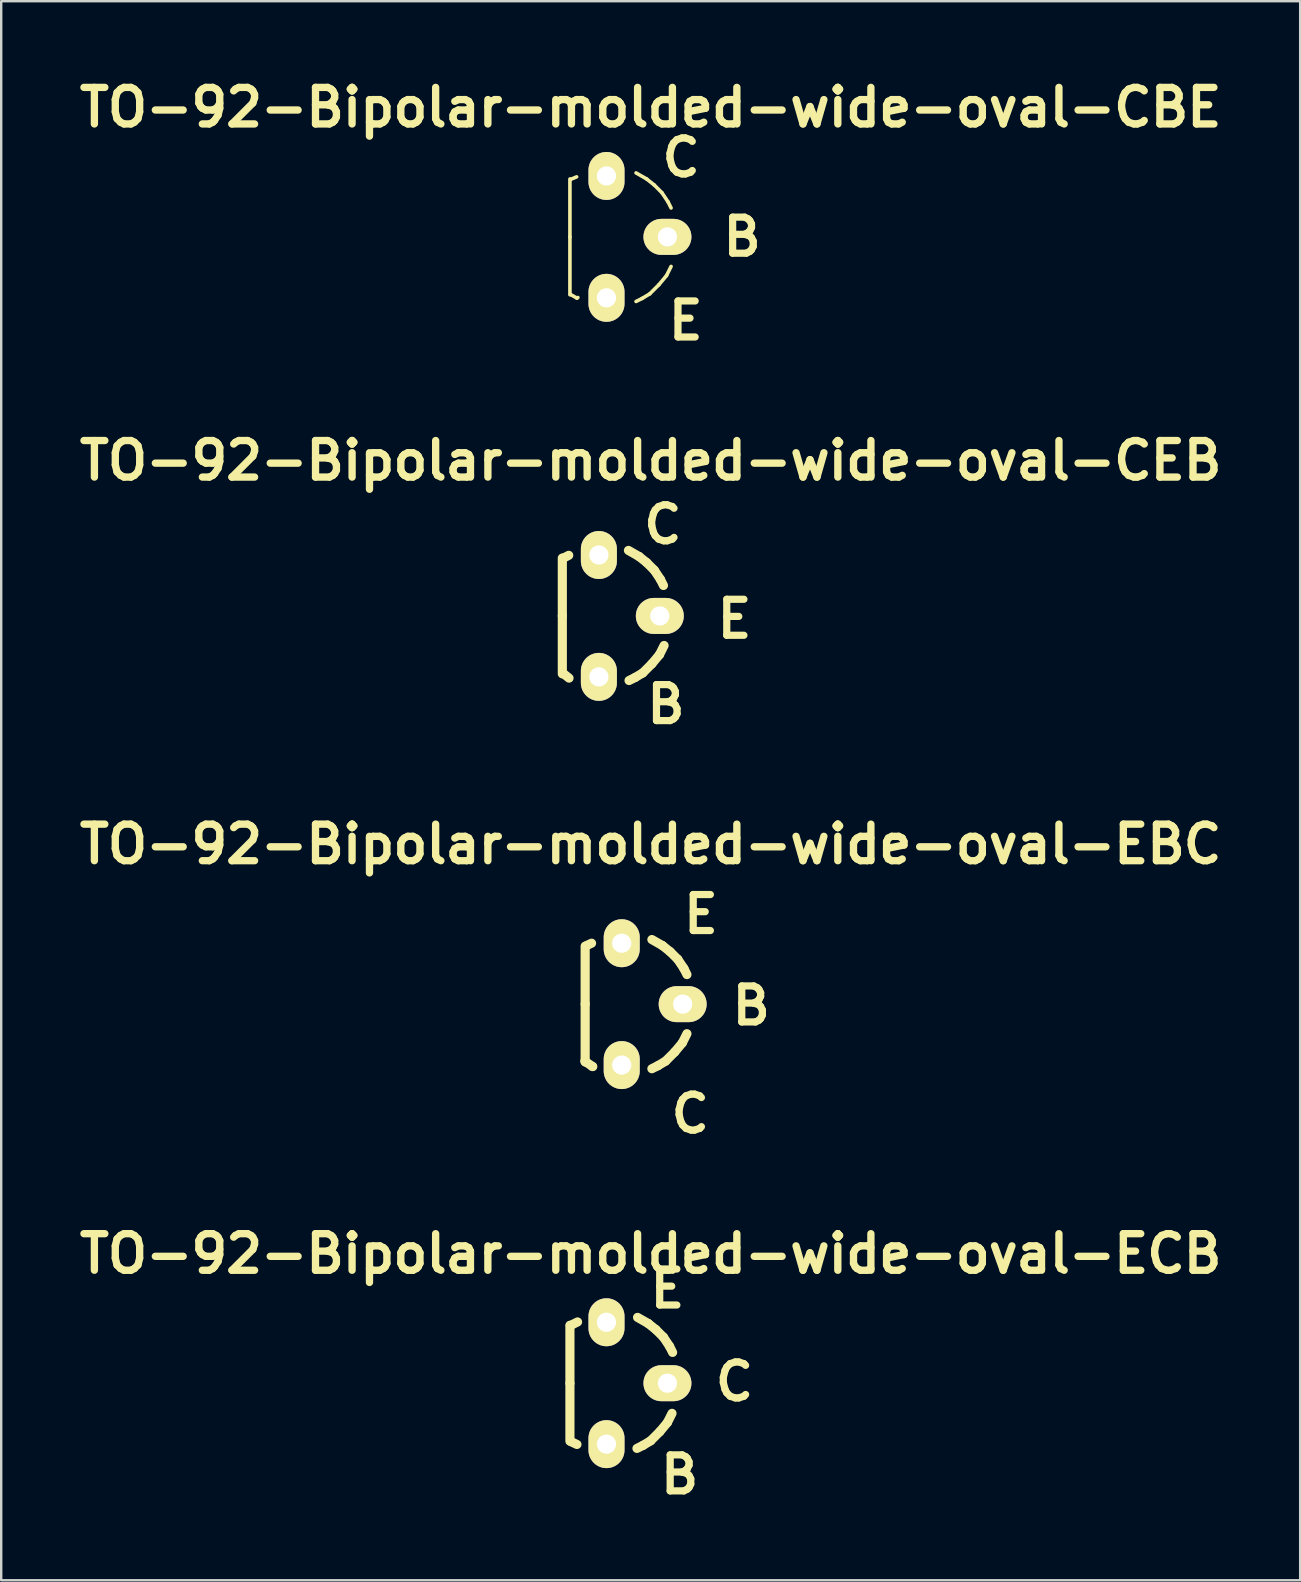
<source format=kicad_pcb>
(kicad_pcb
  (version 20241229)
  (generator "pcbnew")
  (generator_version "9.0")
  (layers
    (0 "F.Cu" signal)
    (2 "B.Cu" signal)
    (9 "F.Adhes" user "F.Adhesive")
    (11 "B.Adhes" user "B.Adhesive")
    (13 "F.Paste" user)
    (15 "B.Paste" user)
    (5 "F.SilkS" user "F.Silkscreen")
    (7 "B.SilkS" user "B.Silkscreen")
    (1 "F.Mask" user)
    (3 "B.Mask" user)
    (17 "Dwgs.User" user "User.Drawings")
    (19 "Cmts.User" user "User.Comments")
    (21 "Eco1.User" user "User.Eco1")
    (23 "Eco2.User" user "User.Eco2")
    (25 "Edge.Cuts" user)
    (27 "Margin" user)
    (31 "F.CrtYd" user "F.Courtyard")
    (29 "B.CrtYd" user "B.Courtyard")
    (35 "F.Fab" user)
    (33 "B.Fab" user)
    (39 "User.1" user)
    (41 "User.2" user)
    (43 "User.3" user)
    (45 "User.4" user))
  (footprint "TO-92-Bipolar-molded-wide-oval-EBC"
    (layer "F.Cu")
    (at 22.865 38.805)
    (property "Reference" "TO-92-Bipolar-molded-wide-oval-EBC" (at 1.206 -6.668 0) (layer "F.SilkS") (effects (font (size 1.524 1.524) (thickness 0.305))))
    (attr through_hole)
    (fp_line (start -1.537 2.375) (end -1.232 2.591) (stroke (width 0.381) (type solid)) (layer "F.SilkS"))
    (fp_line (start -1.524 0) (end -1.524 -2.413) (stroke (width 0.381) (type solid)) (layer "F.SilkS"))
    (fp_line (start -1.524 0) (end -1.524 2.413) (stroke (width 0.381) (type solid)) (layer "F.SilkS"))
    (fp_line (start -1.499 -2.426) (end -1.257 -2.54) (stroke (width 0.381) (type solid)) (layer "F.SilkS"))
    (fp_line (start -1.232 2.591) (end -1.206 2.603) (stroke (width 0.381) (type solid)) (layer "F.SilkS"))
    (fp_line (start 1.257 -2.692) (end 1.702 -2.438) (stroke (width 0.381) (type solid)) (layer "F.SilkS"))
    (fp_line (start 1.511 2.565) (end 1.257 2.692) (stroke (width 0.381) (type solid)) (layer "F.SilkS"))
    (fp_line (start 1.702 -2.438) (end 2.019 -2.184) (stroke (width 0.381) (type solid)) (layer "F.SilkS"))
    (fp_line (start 1.829 2.375) (end 1.511 2.565) (stroke (width 0.381) (type solid)) (layer "F.SilkS"))
    (fp_line (start 2.019 -2.184) (end 2.337 -1.867) (stroke (width 0.381) (type solid)) (layer "F.SilkS"))
    (fp_line (start 2.21 1.994) (end 1.829 2.375) (stroke (width 0.381) (type solid)) (layer "F.SilkS"))
    (fp_line (start 2.337 -1.867) (end 2.591 -1.486) (stroke (width 0.381) (type solid)) (layer "F.SilkS"))
    (fp_line (start 2.527 1.613) (end 2.21 1.994) (stroke (width 0.381) (type solid)) (layer "F.SilkS"))
    (fp_line (start 2.591 -1.486) (end 2.718 -1.232) (stroke (width 0.381) (type solid)) (layer "F.SilkS"))
    (fp_line (start 2.718 1.232) (end 2.527 1.613) (stroke (width 0.381) (type solid)) (layer "F.SilkS"))
    (fp_text user "C" (at 2.857 4.572 0) (layer "F.SilkS") (effects (font (size 1.501 1.501) (thickness 0.3))))
    (fp_text user "E" (at 3.302 -3.747 0) (layer "F.SilkS") (effects (font (size 1.501 1.501) (thickness 0.3))))
    (fp_text user "B" (at 5.397 0.064 0) (layer "F.SilkS") (effects (font (size 1.501 1.501) (thickness 0.3))))
    (pad "B" thru_hole oval (at 2.54 0) (size 1.999 1.501) (drill 0.8) (layers "*.Cu" "*.Mask" "F.SilkS"))
    (pad "C" thru_hole oval (at 0 2.54) (size 1.501 1.999) (drill 0.8) (layers "*.Cu" "*.Mask" "F.SilkS"))
    (pad "E" thru_hole oval (at 0 -2.54) (size 1.501 1.999) (drill 0.8) (layers "*.Cu" "*.Mask" "F.SilkS")))
  (footprint "TO-92-Bipolar-molded-wide-oval-CEB"
    (layer "F.Cu")
    (at 21.913 22.624)
    (property "Reference" "TO-92-Bipolar-molded-wide-oval-CEB" (at 2.159 -6.477 0) (layer "F.SilkS") (effects (font (size 1.524 1.524) (thickness 0.305))))
    (attr through_hole)
    (fp_line (start -1.524 0) (end -1.524 -2.413) (stroke (width 0.381) (type solid)) (layer "F.SilkS"))
    (fp_line (start -1.524 0) (end -1.524 2.413) (stroke (width 0.381) (type solid)) (layer "F.SilkS"))
    (fp_line (start -1.511 2.375) (end -1.245 2.591) (stroke (width 0.381) (type solid)) (layer "F.SilkS"))
    (fp_line (start -1.499 -2.4) (end -1.257 -2.527) (stroke (width 0.381) (type solid)) (layer "F.SilkS"))
    (fp_line (start 1.232 -2.731) (end 1.676 -2.477) (stroke (width 0.381) (type solid)) (layer "F.SilkS"))
    (fp_line (start 1.511 2.565) (end 1.257 2.692) (stroke (width 0.381) (type solid)) (layer "F.SilkS"))
    (fp_line (start 1.676 -2.477) (end 1.994 -2.223) (stroke (width 0.381) (type solid)) (layer "F.SilkS"))
    (fp_line (start 1.829 2.375) (end 1.511 2.565) (stroke (width 0.381) (type solid)) (layer "F.SilkS"))
    (fp_line (start 1.994 -2.223) (end 2.311 -1.905) (stroke (width 0.381) (type solid)) (layer "F.SilkS"))
    (fp_line (start 2.21 1.994) (end 1.829 2.375) (stroke (width 0.381) (type solid)) (layer "F.SilkS"))
    (fp_line (start 2.311 -1.905) (end 2.565 -1.524) (stroke (width 0.381) (type solid)) (layer "F.SilkS"))
    (fp_line (start 2.527 1.613) (end 2.21 1.994) (stroke (width 0.381) (type solid)) (layer "F.SilkS"))
    (fp_line (start 2.565 -1.524) (end 2.692 -1.27) (stroke (width 0.381) (type solid)) (layer "F.SilkS"))
    (fp_line (start 2.718 1.232) (end 2.527 1.613) (stroke (width 0.381) (type solid)) (layer "F.SilkS"))
    (fp_text user "E" (at 5.652 0.127 0) (layer "F.SilkS") (effects (font (size 1.501 1.501) (thickness 0.3))))
    (fp_text user "B" (at 2.794 3.683 0) (layer "F.SilkS") (effects (font (size 1.501 1.501) (thickness 0.3))))
    (fp_text user "C" (at 2.667 -3.81 0) (layer "F.SilkS") (effects (font (size 1.501 1.501) (thickness 0.3))))
    (pad "B" thru_hole oval (at 0 2.54) (size 1.501 1.999) (drill 0.8) (layers "*.Cu" "*.Mask" "F.SilkS"))
    (pad "C" thru_hole oval (at 0 -2.54) (size 1.501 1.999) (drill 0.8) (layers "*.Cu" "*.Mask" "F.SilkS"))
    (pad "E" thru_hole oval (at 2.54 0) (size 1.999 1.501) (drill 0.8) (layers "*.Cu" "*.Mask" "F.SilkS")))
  (footprint "TO-92-Bipolar-molded-wide-oval-CBE"
    (layer "F.Cu")
    (at 22.23 6.824)
    (property "Reference" "TO-92-Bipolar-molded-wide-oval-CBE" (at 1.841 -5.397 0) (layer "F.SilkS") (effects (font (size 1.524 1.524) (thickness 0.305))))
    (attr through_hole)
    (fp_line (start -1.524 0) (end -1.524 -2.413) (stroke (width 0.15) (type solid)) (layer "F.SilkS"))
    (fp_line (start -1.524 0) (end -1.524 2.413) (stroke (width 0.15) (type solid)) (layer "F.SilkS"))
    (fp_line (start -1.499 2.4) (end -1.232 2.553) (stroke (width 0.15) (type solid)) (layer "F.SilkS"))
    (fp_line (start -1.486 -2.4) (end -1.245 -2.502) (stroke (width 0.15) (type solid)) (layer "F.SilkS"))
    (fp_line (start -1.232 2.553) (end -1.194 2.527) (stroke (width 0.15) (type solid)) (layer "F.SilkS"))
    (fp_line (start 1.232 -2.667) (end 1.676 -2.413) (stroke (width 0.15) (type solid)) (layer "F.SilkS"))
    (fp_line (start 1.486 2.565) (end 1.232 2.692) (stroke (width 0.15) (type solid)) (layer "F.SilkS"))
    (fp_line (start 1.676 -2.413) (end 1.994 -2.159) (stroke (width 0.15) (type solid)) (layer "F.SilkS"))
    (fp_line (start 1.803 2.375) (end 1.486 2.565) (stroke (width 0.15) (type solid)) (layer "F.SilkS"))
    (fp_line (start 1.994 -2.159) (end 2.311 -1.841) (stroke (width 0.15) (type solid)) (layer "F.SilkS"))
    (fp_line (start 2.184 1.994) (end 1.803 2.375) (stroke (width 0.15) (type solid)) (layer "F.SilkS"))
    (fp_line (start 2.311 -1.841) (end 2.565 -1.46) (stroke (width 0.15) (type solid)) (layer "F.SilkS"))
    (fp_line (start 2.502 1.613) (end 2.184 1.994) (stroke (width 0.15) (type solid)) (layer "F.SilkS"))
    (fp_line (start 2.565 -1.46) (end 2.692 -1.206) (stroke (width 0.15) (type solid)) (layer "F.SilkS"))
    (fp_line (start 2.692 1.232) (end 2.502 1.613) (stroke (width 0.15) (type solid)) (layer "F.SilkS"))
    (fp_text user "B" (at 5.652 0 0) (layer "F.SilkS") (effects (font (size 1.501 1.501) (thickness 0.3))))
    (fp_text user "C" (at 3.111 -3.302 0) (layer "F.SilkS") (effects (font (size 1.501 1.501) (thickness 0.3))))
    (fp_text user "E" (at 3.302 3.493 0) (layer "F.SilkS") (effects (font (size 1.501 1.501) (thickness 0.3))))
    (pad "B" thru_hole oval (at 2.54 0) (size 1.999 1.501) (drill 0.8) (layers "*.Cu" "*.Mask" "F.SilkS"))
    (pad "C" thru_hole oval (at 0 -2.54) (size 1.501 1.999) (drill 0.8) (layers "*.Cu" "*.Mask" "F.SilkS"))
    (pad "E" thru_hole oval (at 0 2.54) (size 1.501 1.999) (drill 0.8) (layers "*.Cu" "*.Mask" "F.SilkS")))
  (footprint "TO-92-Bipolar-molded-wide-oval-ECB"
    (layer "F.Cu")
    (at 22.23 54.605)
    (property "Reference" "TO-92-Bipolar-molded-wide-oval-ECB" (at 1.841 -5.397 0) (layer "F.SilkS") (effects (font (size 1.524 1.524) (thickness 0.305))))
    (attr through_hole)
    (fp_line (start -1.524 0) (end -1.524 -2.413) (stroke (width 0.381) (type solid)) (layer "F.SilkS"))
    (fp_line (start -1.524 0) (end -1.524 2.413) (stroke (width 0.381) (type solid)) (layer "F.SilkS"))
    (fp_line (start -1.511 -2.4) (end -1.206 -2.553) (stroke (width 0.381) (type solid)) (layer "F.SilkS"))
    (fp_line (start -1.499 2.426) (end -1.232 2.553) (stroke (width 0.381) (type solid)) (layer "F.SilkS"))
    (fp_line (start 1.295 -2.743) (end 1.74 -2.489) (stroke (width 0.381) (type solid)) (layer "F.SilkS"))
    (fp_line (start 1.524 2.591) (end 1.27 2.718) (stroke (width 0.381) (type solid)) (layer "F.SilkS"))
    (fp_line (start 1.74 -2.489) (end 2.057 -2.235) (stroke (width 0.381) (type solid)) (layer "F.SilkS"))
    (fp_line (start 1.841 2.4) (end 1.524 2.591) (stroke (width 0.381) (type solid)) (layer "F.SilkS"))
    (fp_line (start 2.057 -2.235) (end 2.375 -1.918) (stroke (width 0.381) (type solid)) (layer "F.SilkS"))
    (fp_line (start 2.223 2.019) (end 1.841 2.4) (stroke (width 0.381) (type solid)) (layer "F.SilkS"))
    (fp_line (start 2.375 -1.918) (end 2.629 -1.537) (stroke (width 0.381) (type solid)) (layer "F.SilkS"))
    (fp_line (start 2.54 1.638) (end 2.223 2.019) (stroke (width 0.381) (type solid)) (layer "F.SilkS"))
    (fp_line (start 2.629 -1.537) (end 2.756 -1.283) (stroke (width 0.381) (type solid)) (layer "F.SilkS"))
    (fp_line (start 2.731 1.257) (end 2.54 1.638) (stroke (width 0.381) (type solid)) (layer "F.SilkS"))
    (fp_text user "C" (at 5.334 -0.064 0) (layer "F.SilkS") (effects (font (size 1.501 1.501) (thickness 0.3))))
    (fp_text user "E" (at 2.54 -3.937 0) (layer "F.SilkS") (effects (font (size 1.501 1.501) (thickness 0.3))))
    (fp_text user "B" (at 3.048 3.81 0) (layer "F.SilkS") (effects (font (size 1.501 1.501) (thickness 0.3))))
    (pad "B" thru_hole oval (at 0 2.54) (size 1.501 1.999) (drill 0.8) (layers "*.Cu" "*.Mask" "F.SilkS"))
    (pad "C" thru_hole oval (at 2.54 0) (size 1.999 1.501) (drill 0.8) (layers "*.Cu" "*.Mask" "F.SilkS"))
    (pad "E" thru_hole oval (at 0 -2.54) (size 1.501 1.999) (drill 0.8) (layers "*.Cu" "*.Mask" "F.SilkS")))
  (gr_rect
    (start -3 -3)
    (end 51.144 62.82)
    (stroke (width 0.1) (type default))
    (fill no)
    (layer "Edge.Cuts")))
</source>
